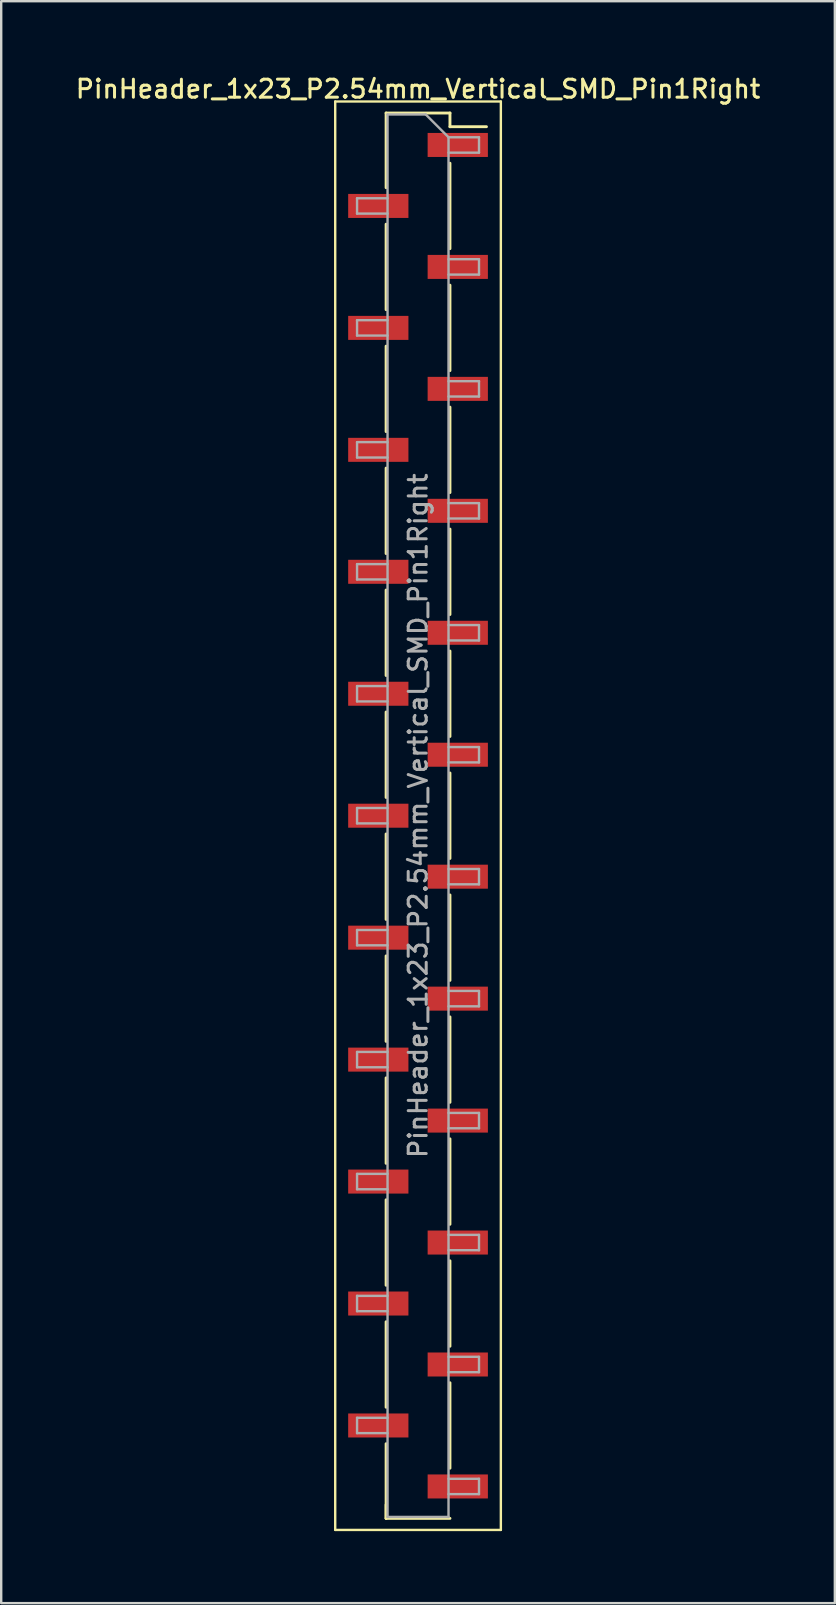
<source format=kicad_pcb>
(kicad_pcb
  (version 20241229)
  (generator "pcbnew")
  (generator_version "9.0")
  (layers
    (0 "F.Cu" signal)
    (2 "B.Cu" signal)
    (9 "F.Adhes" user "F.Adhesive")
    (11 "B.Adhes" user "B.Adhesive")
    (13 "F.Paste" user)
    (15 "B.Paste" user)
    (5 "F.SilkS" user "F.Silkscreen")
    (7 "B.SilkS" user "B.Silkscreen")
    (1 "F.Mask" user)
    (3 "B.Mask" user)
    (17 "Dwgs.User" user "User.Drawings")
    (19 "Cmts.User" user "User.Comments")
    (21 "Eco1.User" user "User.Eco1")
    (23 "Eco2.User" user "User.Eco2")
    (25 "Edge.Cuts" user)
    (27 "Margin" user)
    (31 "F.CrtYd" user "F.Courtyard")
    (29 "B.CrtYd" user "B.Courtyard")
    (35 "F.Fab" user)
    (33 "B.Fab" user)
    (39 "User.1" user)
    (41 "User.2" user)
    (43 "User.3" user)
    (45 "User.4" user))
  (footprint "PinHeader_1x23_P2.54mm_Vertical_SMD_Pin1Right"
    (layer "F.Cu")
    (at 14.363 30.928)
    (property "Reference" "PinHeader_1x23_P2.54mm_Vertical_SMD_Pin1Right" (at 0 -30.27 0) (layer "F.SilkS") (effects (font (size 0.75 0.75) (thickness 0.125))))
    (attr smd)
    (fp_line (start -3.45 -29.75) (end -3.45 29.75) (stroke (width 0.1) (type solid)) (layer "F.SilkS"))
    (fp_line (start -3.45 29.75) (end 3.45 29.75) (stroke (width 0.1) (type solid)) (layer "F.SilkS"))
    (fp_line (start -1.33 -29.27) (end -1.33 -26.16) (stroke (width 0.12) (type solid)) (layer "F.SilkS"))
    (fp_line (start -1.33 -29.27) (end 1.33 -29.27) (stroke (width 0.12) (type solid)) (layer "F.SilkS"))
    (fp_line (start -1.33 -24.64) (end -1.33 -21.08) (stroke (width 0.12) (type solid)) (layer "F.SilkS"))
    (fp_line (start -1.33 -19.56) (end -1.33 -16) (stroke (width 0.12) (type solid)) (layer "F.SilkS"))
    (fp_line (start -1.33 -14.48) (end -1.33 -10.92) (stroke (width 0.12) (type solid)) (layer "F.SilkS"))
    (fp_line (start -1.33 -9.4) (end -1.33 -5.84) (stroke (width 0.12) (type solid)) (layer "F.SilkS"))
    (fp_line (start -1.33 -4.32) (end -1.33 -0.76) (stroke (width 0.12) (type solid)) (layer "F.SilkS"))
    (fp_line (start -1.33 0.76) (end -1.33 4.32) (stroke (width 0.12) (type solid)) (layer "F.SilkS"))
    (fp_line (start -1.33 5.84) (end -1.33 9.4) (stroke (width 0.12) (type solid)) (layer "F.SilkS"))
    (fp_line (start -1.33 10.92) (end -1.33 14.48) (stroke (width 0.12) (type solid)) (layer "F.SilkS"))
    (fp_line (start -1.33 16) (end -1.33 19.56) (stroke (width 0.12) (type solid)) (layer "F.SilkS"))
    (fp_line (start -1.33 21.08) (end -1.33 24.64) (stroke (width 0.12) (type solid)) (layer "F.SilkS"))
    (fp_line (start -1.33 26.16) (end -1.33 29.27) (stroke (width 0.12) (type solid)) (layer "F.SilkS"))
    (fp_line (start -1.33 28.7) (end -1.33 29.27) (stroke (width 0.12) (type solid)) (layer "F.SilkS"))
    (fp_line (start -1.33 29.27) (end 1.33 29.27) (stroke (width 0.12) (type solid)) (layer "F.SilkS"))
    (fp_line (start 1.33 -29.27) (end 1.33 -28.7) (stroke (width 0.12) (type solid)) (layer "F.SilkS"))
    (fp_line (start 1.33 -28.7) (end 2.85 -28.7) (stroke (width 0.12) (type solid)) (layer "F.SilkS"))
    (fp_line (start 1.33 -27.18) (end 1.33 -23.62) (stroke (width 0.12) (type solid)) (layer "F.SilkS"))
    (fp_line (start 1.33 -22.1) (end 1.33 -18.54) (stroke (width 0.12) (type solid)) (layer "F.SilkS"))
    (fp_line (start 1.33 -17.02) (end 1.33 -13.46) (stroke (width 0.12) (type solid)) (layer "F.SilkS"))
    (fp_line (start 1.33 -11.94) (end 1.33 -8.38) (stroke (width 0.12) (type solid)) (layer "F.SilkS"))
    (fp_line (start 1.33 -6.86) (end 1.33 -3.3) (stroke (width 0.12) (type solid)) (layer "F.SilkS"))
    (fp_line (start 1.33 -1.78) (end 1.33 1.78) (stroke (width 0.12) (type solid)) (layer "F.SilkS"))
    (fp_line (start 1.33 3.3) (end 1.33 6.86) (stroke (width 0.12) (type solid)) (layer "F.SilkS"))
    (fp_line (start 1.33 8.38) (end 1.33 11.94) (stroke (width 0.12) (type solid)) (layer "F.SilkS"))
    (fp_line (start 1.33 13.46) (end 1.33 17.02) (stroke (width 0.12) (type solid)) (layer "F.SilkS"))
    (fp_line (start 1.33 18.54) (end 1.33 22.1) (stroke (width 0.12) (type solid)) (layer "F.SilkS"))
    (fp_line (start 1.33 23.62) (end 1.33 27.18) (stroke (width 0.12) (type solid)) (layer "F.SilkS"))
    (fp_line (start 3.45 -29.75) (end -3.45 -29.75) (stroke (width 0.1) (type solid)) (layer "F.SilkS"))
    (fp_line (start 3.45 29.75) (end 3.45 -29.75) (stroke (width 0.1) (type solid)) (layer "F.SilkS"))
    (fp_line (start -2.54 -25.72) (end -2.54 -25.08) (stroke (width 0.1) (type solid)) (layer "F.Fab"))
    (fp_line (start -2.54 -25.08) (end -1.27 -25.08) (stroke (width 0.1) (type solid)) (layer "F.Fab"))
    (fp_line (start -2.54 -20.64) (end -2.54 -20) (stroke (width 0.1) (type solid)) (layer "F.Fab"))
    (fp_line (start -2.54 -20) (end -1.27 -20) (stroke (width 0.1) (type solid)) (layer "F.Fab"))
    (fp_line (start -2.54 -15.56) (end -2.54 -14.92) (stroke (width 0.1) (type solid)) (layer "F.Fab"))
    (fp_line (start -2.54 -14.92) (end -1.27 -14.92) (stroke (width 0.1) (type solid)) (layer "F.Fab"))
    (fp_line (start -2.54 -10.48) (end -2.54 -9.84) (stroke (width 0.1) (type solid)) (layer "F.Fab"))
    (fp_line (start -2.54 -9.84) (end -1.27 -9.84) (stroke (width 0.1) (type solid)) (layer "F.Fab"))
    (fp_line (start -2.54 -5.4) (end -2.54 -4.76) (stroke (width 0.1) (type solid)) (layer "F.Fab"))
    (fp_line (start -2.54 -4.76) (end -1.27 -4.76) (stroke (width 0.1) (type solid)) (layer "F.Fab"))
    (fp_line (start -2.54 -0.32) (end -2.54 0.32) (stroke (width 0.1) (type solid)) (layer "F.Fab"))
    (fp_line (start -2.54 0.32) (end -1.27 0.32) (stroke (width 0.1) (type solid)) (layer "F.Fab"))
    (fp_line (start -2.54 4.76) (end -2.54 5.4) (stroke (width 0.1) (type solid)) (layer "F.Fab"))
    (fp_line (start -2.54 5.4) (end -1.27 5.4) (stroke (width 0.1) (type solid)) (layer "F.Fab"))
    (fp_line (start -2.54 9.84) (end -2.54 10.48) (stroke (width 0.1) (type solid)) (layer "F.Fab"))
    (fp_line (start -2.54 10.48) (end -1.27 10.48) (stroke (width 0.1) (type solid)) (layer "F.Fab"))
    (fp_line (start -2.54 14.92) (end -2.54 15.56) (stroke (width 0.1) (type solid)) (layer "F.Fab"))
    (fp_line (start -2.54 15.56) (end -1.27 15.56) (stroke (width 0.1) (type solid)) (layer "F.Fab"))
    (fp_line (start -2.54 20) (end -2.54 20.64) (stroke (width 0.1) (type solid)) (layer "F.Fab"))
    (fp_line (start -2.54 20.64) (end -1.27 20.64) (stroke (width 0.1) (type solid)) (layer "F.Fab"))
    (fp_line (start -2.54 25.08) (end -2.54 25.72) (stroke (width 0.1) (type solid)) (layer "F.Fab"))
    (fp_line (start -2.54 25.72) (end -1.27 25.72) (stroke (width 0.1) (type solid)) (layer "F.Fab"))
    (fp_line (start -1.27 -29.21) (end -1.27 29.21) (stroke (width 0.1) (type solid)) (layer "F.Fab"))
    (fp_line (start -1.27 -29.21) (end 0.32 -29.21) (stroke (width 0.1) (type solid)) (layer "F.Fab"))
    (fp_line (start -1.27 -25.72) (end -2.54 -25.72) (stroke (width 0.1) (type solid)) (layer "F.Fab"))
    (fp_line (start -1.27 -20.64) (end -2.54 -20.64) (stroke (width 0.1) (type solid)) (layer "F.Fab"))
    (fp_line (start -1.27 -15.56) (end -2.54 -15.56) (stroke (width 0.1) (type solid)) (layer "F.Fab"))
    (fp_line (start -1.27 -10.48) (end -2.54 -10.48) (stroke (width 0.1) (type solid)) (layer "F.Fab"))
    (fp_line (start -1.27 -5.4) (end -2.54 -5.4) (stroke (width 0.1) (type solid)) (layer "F.Fab"))
    (fp_line (start -1.27 -0.32) (end -2.54 -0.32) (stroke (width 0.1) (type solid)) (layer "F.Fab"))
    (fp_line (start -1.27 4.76) (end -2.54 4.76) (stroke (width 0.1) (type solid)) (layer "F.Fab"))
    (fp_line (start -1.27 9.84) (end -2.54 9.84) (stroke (width 0.1) (type solid)) (layer "F.Fab"))
    (fp_line (start -1.27 14.92) (end -2.54 14.92) (stroke (width 0.1) (type solid)) (layer "F.Fab"))
    (fp_line (start -1.27 20) (end -2.54 20) (stroke (width 0.1) (type solid)) (layer "F.Fab"))
    (fp_line (start -1.27 25.08) (end -2.54 25.08) (stroke (width 0.1) (type solid)) (layer "F.Fab"))
    (fp_line (start 1.27 -28.26) (end 0.32 -29.21) (stroke (width 0.1) (type solid)) (layer "F.Fab"))
    (fp_line (start 1.27 -28.26) (end 2.54 -28.26) (stroke (width 0.1) (type solid)) (layer "F.Fab"))
    (fp_line (start 1.27 -23.18) (end 2.54 -23.18) (stroke (width 0.1) (type solid)) (layer "F.Fab"))
    (fp_line (start 1.27 -18.1) (end 2.54 -18.1) (stroke (width 0.1) (type solid)) (layer "F.Fab"))
    (fp_line (start 1.27 -13.02) (end 2.54 -13.02) (stroke (width 0.1) (type solid)) (layer "F.Fab"))
    (fp_line (start 1.27 -7.94) (end 2.54 -7.94) (stroke (width 0.1) (type solid)) (layer "F.Fab"))
    (fp_line (start 1.27 -2.86) (end 2.54 -2.86) (stroke (width 0.1) (type solid)) (layer "F.Fab"))
    (fp_line (start 1.27 2.22) (end 2.54 2.22) (stroke (width 0.1) (type solid)) (layer "F.Fab"))
    (fp_line (start 1.27 7.3) (end 2.54 7.3) (stroke (width 0.1) (type solid)) (layer "F.Fab"))
    (fp_line (start 1.27 12.38) (end 2.54 12.38) (stroke (width 0.1) (type solid)) (layer "F.Fab"))
    (fp_line (start 1.27 17.46) (end 2.54 17.46) (stroke (width 0.1) (type solid)) (layer "F.Fab"))
    (fp_line (start 1.27 22.54) (end 2.54 22.54) (stroke (width 0.1) (type solid)) (layer "F.Fab"))
    (fp_line (start 1.27 27.62) (end 2.54 27.62) (stroke (width 0.1) (type solid)) (layer "F.Fab"))
    (fp_line (start 1.27 29.21) (end -1.27 29.21) (stroke (width 0.1) (type solid)) (layer "F.Fab"))
    (fp_line (start 1.27 29.21) (end 1.27 -28.26) (stroke (width 0.1) (type solid)) (layer "F.Fab"))
    (fp_line (start 2.54 -28.26) (end 2.54 -27.62) (stroke (width 0.1) (type solid)) (layer "F.Fab"))
    (fp_line (start 2.54 -27.62) (end 1.27 -27.62) (stroke (width 0.1) (type solid)) (layer "F.Fab"))
    (fp_line (start 2.54 -23.18) (end 2.54 -22.54) (stroke (width 0.1) (type solid)) (layer "F.Fab"))
    (fp_line (start 2.54 -22.54) (end 1.27 -22.54) (stroke (width 0.1) (type solid)) (layer "F.Fab"))
    (fp_line (start 2.54 -18.1) (end 2.54 -17.46) (stroke (width 0.1) (type solid)) (layer "F.Fab"))
    (fp_line (start 2.54 -17.46) (end 1.27 -17.46) (stroke (width 0.1) (type solid)) (layer "F.Fab"))
    (fp_line (start 2.54 -13.02) (end 2.54 -12.38) (stroke (width 0.1) (type solid)) (layer "F.Fab"))
    (fp_line (start 2.54 -12.38) (end 1.27 -12.38) (stroke (width 0.1) (type solid)) (layer "F.Fab"))
    (fp_line (start 2.54 -7.94) (end 2.54 -7.3) (stroke (width 0.1) (type solid)) (layer "F.Fab"))
    (fp_line (start 2.54 -7.3) (end 1.27 -7.3) (stroke (width 0.1) (type solid)) (layer "F.Fab"))
    (fp_line (start 2.54 -2.86) (end 2.54 -2.22) (stroke (width 0.1) (type solid)) (layer "F.Fab"))
    (fp_line (start 2.54 -2.22) (end 1.27 -2.22) (stroke (width 0.1) (type solid)) (layer "F.Fab"))
    (fp_line (start 2.54 2.22) (end 2.54 2.86) (stroke (width 0.1) (type solid)) (layer "F.Fab"))
    (fp_line (start 2.54 2.86) (end 1.27 2.86) (stroke (width 0.1) (type solid)) (layer "F.Fab"))
    (fp_line (start 2.54 7.3) (end 2.54 7.94) (stroke (width 0.1) (type solid)) (layer "F.Fab"))
    (fp_line (start 2.54 7.94) (end 1.27 7.94) (stroke (width 0.1) (type solid)) (layer "F.Fab"))
    (fp_line (start 2.54 12.38) (end 2.54 13.02) (stroke (width 0.1) (type solid)) (layer "F.Fab"))
    (fp_line (start 2.54 13.02) (end 1.27 13.02) (stroke (width 0.1) (type solid)) (layer "F.Fab"))
    (fp_line (start 2.54 17.46) (end 2.54 18.1) (stroke (width 0.1) (type solid)) (layer "F.Fab"))
    (fp_line (start 2.54 18.1) (end 1.27 18.1) (stroke (width 0.1) (type solid)) (layer "F.Fab"))
    (fp_line (start 2.54 22.54) (end 2.54 23.18) (stroke (width 0.1) (type solid)) (layer "F.Fab"))
    (fp_line (start 2.54 23.18) (end 1.27 23.18) (stroke (width 0.1) (type solid)) (layer "F.Fab"))
    (fp_line (start 2.54 27.62) (end 2.54 28.26) (stroke (width 0.1) (type solid)) (layer "F.Fab"))
    (fp_line (start 2.54 28.26) (end 1.27 28.26) (stroke (width 0.1) (type solid)) (layer "F.Fab"))
    (fp_text user "${REFERENCE}" (at 0 0 90) (layer "F.Fab") (effects (font (size 0.75 0.75) (thickness 0.125))))
    (pad "1" smd rect (at 1.655 -27.94) (size 2.51 1) (layers "F.Cu" "F.Mask" "F.Paste"))
    (pad "2" smd rect (at -1.655 -25.4) (size 2.51 1) (layers "F.Cu" "F.Mask" "F.Paste"))
    (pad "3" smd rect (at 1.655 -22.86) (size 2.51 1) (layers "F.Cu" "F.Mask" "F.Paste"))
    (pad "4" smd rect (at -1.655 -20.32) (size 2.51 1) (layers "F.Cu" "F.Mask" "F.Paste"))
    (pad "5" smd rect (at 1.655 -17.78) (size 2.51 1) (layers "F.Cu" "F.Mask" "F.Paste"))
    (pad "6" smd rect (at -1.655 -15.24) (size 2.51 1) (layers "F.Cu" "F.Mask" "F.Paste"))
    (pad "7" smd rect (at 1.655 -12.7) (size 2.51 1) (layers "F.Cu" "F.Mask" "F.Paste"))
    (pad "8" smd rect (at -1.655 -10.16) (size 2.51 1) (layers "F.Cu" "F.Mask" "F.Paste"))
    (pad "9" smd rect (at 1.655 -7.62) (size 2.51 1) (layers "F.Cu" "F.Mask" "F.Paste"))
    (pad "10" smd rect (at -1.655 -5.08) (size 2.51 1) (layers "F.Cu" "F.Mask" "F.Paste"))
    (pad "11" smd rect (at 1.655 -2.54) (size 2.51 1) (layers "F.Cu" "F.Mask" "F.Paste"))
    (pad "12" smd rect (at -1.655 0) (size 2.51 1) (layers "F.Cu" "F.Mask" "F.Paste"))
    (pad "13" smd rect (at 1.655 2.54) (size 2.51 1) (layers "F.Cu" "F.Mask" "F.Paste"))
    (pad "14" smd rect (at -1.655 5.08) (size 2.51 1) (layers "F.Cu" "F.Mask" "F.Paste"))
    (pad "15" smd rect (at 1.655 7.62) (size 2.51 1) (layers "F.Cu" "F.Mask" "F.Paste"))
    (pad "16" smd rect (at -1.655 10.16) (size 2.51 1) (layers "F.Cu" "F.Mask" "F.Paste"))
    (pad "17" smd rect (at 1.655 12.7) (size 2.51 1) (layers "F.Cu" "F.Mask" "F.Paste"))
    (pad "18" smd rect (at -1.655 15.24) (size 2.51 1) (layers "F.Cu" "F.Mask" "F.Paste"))
    (pad "19" smd rect (at 1.655 17.78) (size 2.51 1) (layers "F.Cu" "F.Mask" "F.Paste"))
    (pad "20" smd rect (at -1.655 20.32) (size 2.51 1) (layers "F.Cu" "F.Mask" "F.Paste"))
    (pad "21" smd rect (at 1.655 22.86) (size 2.51 1) (layers "F.Cu" "F.Mask" "F.Paste"))
    (pad "22" smd rect (at -1.655 25.4) (size 2.51 1) (layers "F.Cu" "F.Mask" "F.Paste"))
    (pad "23" smd rect (at 1.655 27.94) (size 2.51 1) (layers "F.Cu" "F.Mask" "F.Paste")))
  (gr_rect
    (start -3 -3)
    (end 31.725 63.728)
    (stroke (width 0.1) (type default))
    (fill no)
    (layer "Edge.Cuts")))
</source>
